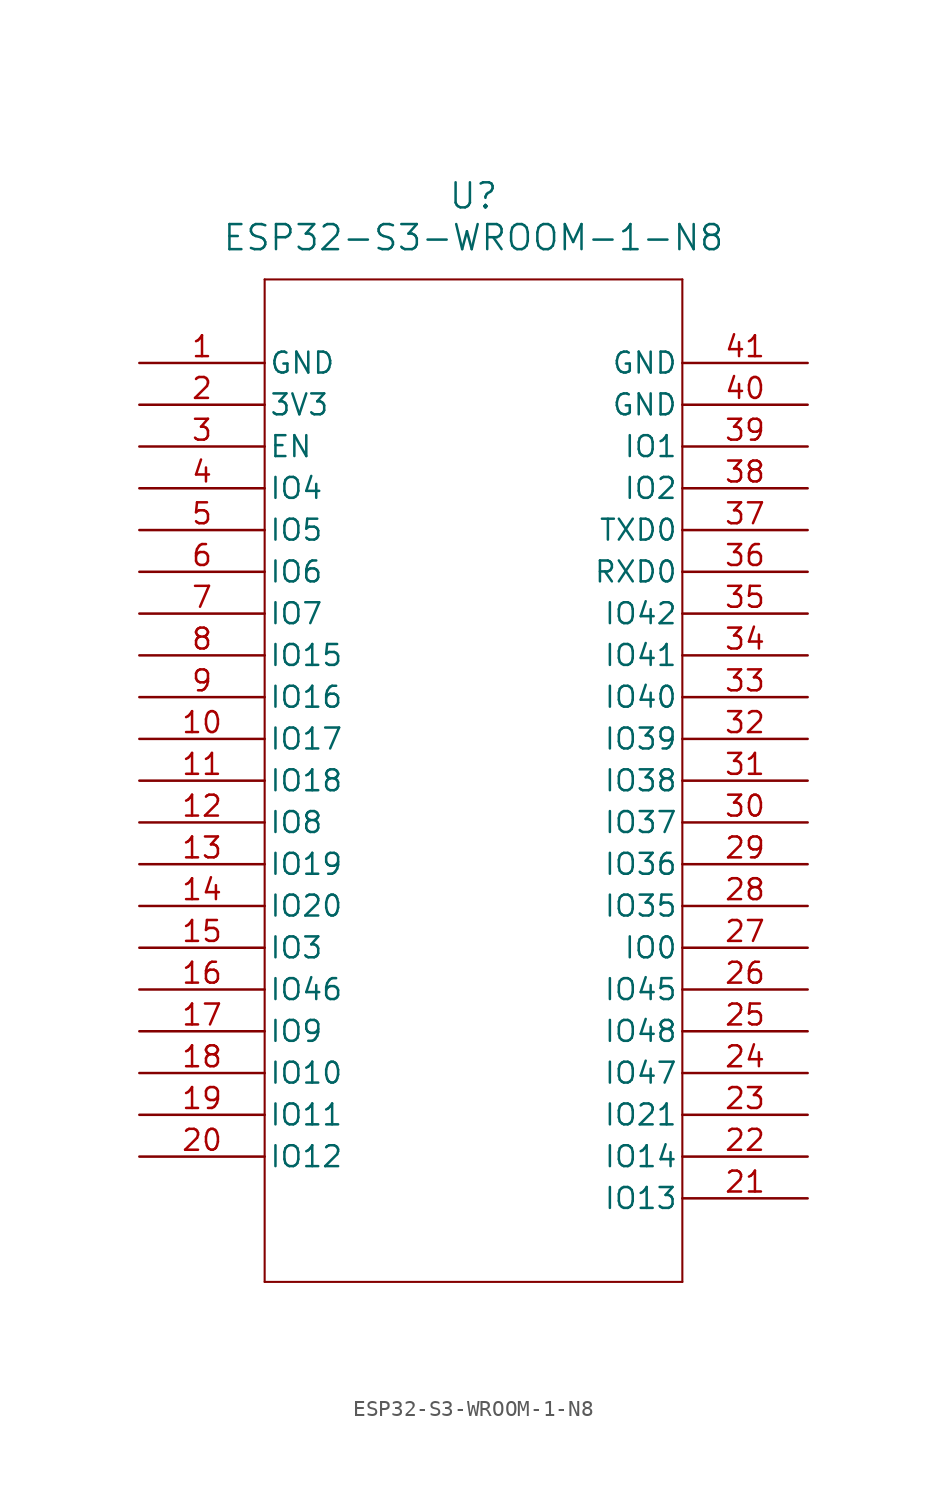
<source format=kicad_sym>
(kicad_symbol_lib
  (version 20211014)
  (generator kicad_symbol_editor)
  (symbol "ESP32-S3-WROOM-1-N8"
    (pin_names
      (offset 0.254))
    (property "Reference" "U"
      (at 20.32 10.16 0)
      (effects (font (size 1.524 1.524))))
    (property "Value" "ESP32-S3-WROOM-1-N8"
      (at 20.32 7.62 0)
      (effects (font (size 1.524 1.524))))
    (symbol "ESP32-S3-WROOM-1-N8_0_1"
      (polyline (pts (xy 7.62 5.08) (xy 7.62 -55.88)) (stroke (width 0.127) (type default) (color 0 0 0 0)) (fill (type none)))
      (polyline (pts (xy 7.62 -55.88) (xy 33.02 -55.88)) (stroke (width 0.127) (type default) (color 0 0 0 0)) (fill (type none)))
      (polyline (pts (xy 33.02 -55.88) (xy 33.02 5.08)) (stroke (width 0.127) (type default) (color 0 0 0 0)) (fill (type none)))
      (polyline (pts (xy 33.02 5.08) (xy 7.62 5.08)) (stroke (width 0.127) (type default) (color 0 0 0 0)) (fill (type none)))
      (pin power_out line (at 0 0 0) (length 7.62) (name "GND" (effects (font (size 1.27 1.27)))) (number "1" (effects (font (size 1.27 1.27)))))
      (pin power_in line (at 0 -2.54 0) (length 7.62) (name "3V3" (effects (font (size 1.27 1.27)))) (number "2" (effects (font (size 1.27 1.27)))))
      (pin input line (at 0 -5.08 0) (length 7.62) (name "EN" (effects (font (size 1.27 1.27)))) (number "3" (effects (font (size 1.27 1.27)))))
      (pin bidirectional line (at 0 -7.62 0) (length 7.62) (name "IO4" (effects (font (size 1.27 1.27)))) (number "4" (effects (font (size 1.27 1.27)))))
      (pin bidirectional line (at 0 -10.16 0) (length 7.62) (name "IO5" (effects (font (size 1.27 1.27)))) (number "5" (effects (font (size 1.27 1.27)))))
      (pin bidirectional line (at 0 -12.7 0) (length 7.62) (name "IO6" (effects (font (size 1.27 1.27)))) (number "6" (effects (font (size 1.27 1.27)))))
      (pin bidirectional line (at 0 -15.24 0) (length 7.62) (name "IO7" (effects (font (size 1.27 1.27)))) (number "7" (effects (font (size 1.27 1.27)))))
      (pin bidirectional line (at 0 -17.78 0) (length 7.62) (name "IO15" (effects (font (size 1.27 1.27)))) (number "8" (effects (font (size 1.27 1.27)))))
      (pin bidirectional line (at 0 -20.32 0) (length 7.62) (name "IO16" (effects (font (size 1.27 1.27)))) (number "9" (effects (font (size 1.27 1.27)))))
      (pin bidirectional line (at 0 -22.86 0) (length 7.62) (name "IO17" (effects (font (size 1.27 1.27)))) (number "10" (effects (font (size 1.27 1.27)))))
      (pin bidirectional line (at 0 -25.4 0) (length 7.62) (name "IO18" (effects (font (size 1.27 1.27)))) (number "11" (effects (font (size 1.27 1.27)))))
      (pin bidirectional line (at 0 -27.94 0) (length 7.62) (name "IO8" (effects (font (size 1.27 1.27)))) (number "12" (effects (font (size 1.27 1.27)))))
      (pin bidirectional line (at 0 -30.48 0) (length 7.62) (name "IO19" (effects (font (size 1.27 1.27)))) (number "13" (effects (font (size 1.27 1.27)))))
      (pin bidirectional line (at 0 -33.02 0) (length 7.62) (name "IO20" (effects (font (size 1.27 1.27)))) (number "14" (effects (font (size 1.27 1.27)))))
      (pin bidirectional line (at 0 -35.56 0) (length 7.62) (name "IO3" (effects (font (size 1.27 1.27)))) (number "15" (effects (font (size 1.27 1.27)))))
      (pin bidirectional line (at 0 -38.1 0) (length 7.62) (name "IO46" (effects (font (size 1.27 1.27)))) (number "16" (effects (font (size 1.27 1.27)))))
      (pin bidirectional line (at 0 -40.64 0) (length 7.62) (name "IO9" (effects (font (size 1.27 1.27)))) (number "17" (effects (font (size 1.27 1.27)))))
      (pin bidirectional line (at 0 -43.18 0) (length 7.62) (name "IO10" (effects (font (size 1.27 1.27)))) (number "18" (effects (font (size 1.27 1.27)))))
      (pin bidirectional line (at 0 -45.72 0) (length 7.62) (name "IO11" (effects (font (size 1.27 1.27)))) (number "19" (effects (font (size 1.27 1.27)))))
      (pin bidirectional line (at 0 -48.26 0) (length 7.62) (name "IO12" (effects (font (size 1.27 1.27)))) (number "20" (effects (font (size 1.27 1.27)))))
      (pin bidirectional line (at 40.64 -50.8 180) (length 7.62) (name "IO13" (effects (font (size 1.27 1.27)))) (number "21" (effects (font (size 1.27 1.27)))))
      (pin bidirectional line (at 40.64 -48.26 180) (length 7.62) (name "IO14" (effects (font (size 1.27 1.27)))) (number "22" (effects (font (size 1.27 1.27)))))
      (pin bidirectional line (at 40.64 -45.72 180) (length 7.62) (name "IO21" (effects (font (size 1.27 1.27)))) (number "23" (effects (font (size 1.27 1.27)))))
      (pin bidirectional line (at 40.64 -43.18 180) (length 7.62) (name "IO47" (effects (font (size 1.27 1.27)))) (number "24" (effects (font (size 1.27 1.27)))))
      (pin bidirectional line (at 40.64 -40.64 180) (length 7.62) (name "IO48" (effects (font (size 1.27 1.27)))) (number "25" (effects (font (size 1.27 1.27)))))
      (pin bidirectional line (at 40.64 -38.1 180) (length 7.62) (name "IO45" (effects (font (size 1.27 1.27)))) (number "26" (effects (font (size 1.27 1.27)))))
      (pin bidirectional line (at 40.64 -35.56 180) (length 7.62) (name "IO0" (effects (font (size 1.27 1.27)))) (number "27" (effects (font (size 1.27 1.27)))))
      (pin bidirectional line (at 40.64 -33.02 180) (length 7.62) (name "IO35" (effects (font (size 1.27 1.27)))) (number "28" (effects (font (size 1.27 1.27)))))
      (pin bidirectional line (at 40.64 -30.48 180) (length 7.62) (name "IO36" (effects (font (size 1.27 1.27)))) (number "29" (effects (font (size 1.27 1.27)))))
      (pin bidirectional line (at 40.64 -27.94 180) (length 7.62) (name "IO37" (effects (font (size 1.27 1.27)))) (number "30" (effects (font (size 1.27 1.27)))))
      (pin bidirectional line (at 40.64 -25.4 180) (length 7.62) (name "IO38" (effects (font (size 1.27 1.27)))) (number "31" (effects (font (size 1.27 1.27)))))
      (pin bidirectional line (at 40.64 -22.86 180) (length 7.62) (name "IO39" (effects (font (size 1.27 1.27)))) (number "32" (effects (font (size 1.27 1.27)))))
      (pin bidirectional line (at 40.64 -20.32 180) (length 7.62) (name "IO40" (effects (font (size 1.27 1.27)))) (number "33" (effects (font (size 1.27 1.27)))))
      (pin bidirectional line (at 40.64 -17.78 180) (length 7.62) (name "IO41" (effects (font (size 1.27 1.27)))) (number "34" (effects (font (size 1.27 1.27)))))
      (pin bidirectional line (at 40.64 -15.24 180) (length 7.62) (name "IO42" (effects (font (size 1.27 1.27)))) (number "35" (effects (font (size 1.27 1.27)))))
      (pin bidirectional line (at 40.64 -12.7 180) (length 7.62) (name "RXD0" (effects (font (size 1.27 1.27)))) (number "36" (effects (font (size 1.27 1.27)))))
      (pin bidirectional line (at 40.64 -10.16 180) (length 7.62) (name "TXD0" (effects (font (size 1.27 1.27)))) (number "37" (effects (font (size 1.27 1.27)))))
      (pin bidirectional line (at 40.64 -7.62 180) (length 7.62) (name "IO2" (effects (font (size 1.27 1.27)))) (number "38" (effects (font (size 1.27 1.27)))))
      (pin bidirectional line (at 40.64 -5.08 180) (length 7.62) (name "IO1" (effects (font (size 1.27 1.27)))) (number "39" (effects (font (size 1.27 1.27)))))
      (pin power_out line (at 40.64 -2.54 180) (length 7.62) (name "GND" (effects (font (size 1.27 1.27)))) (number "40" (effects (font (size 1.27 1.27)))))
      (pin power_out line (at 40.64 0 180) (length 7.62) (name "GND" (effects (font (size 1.27 1.27)))) (number "41" (effects (font (size 1.27 1.27))))))))
</source>
